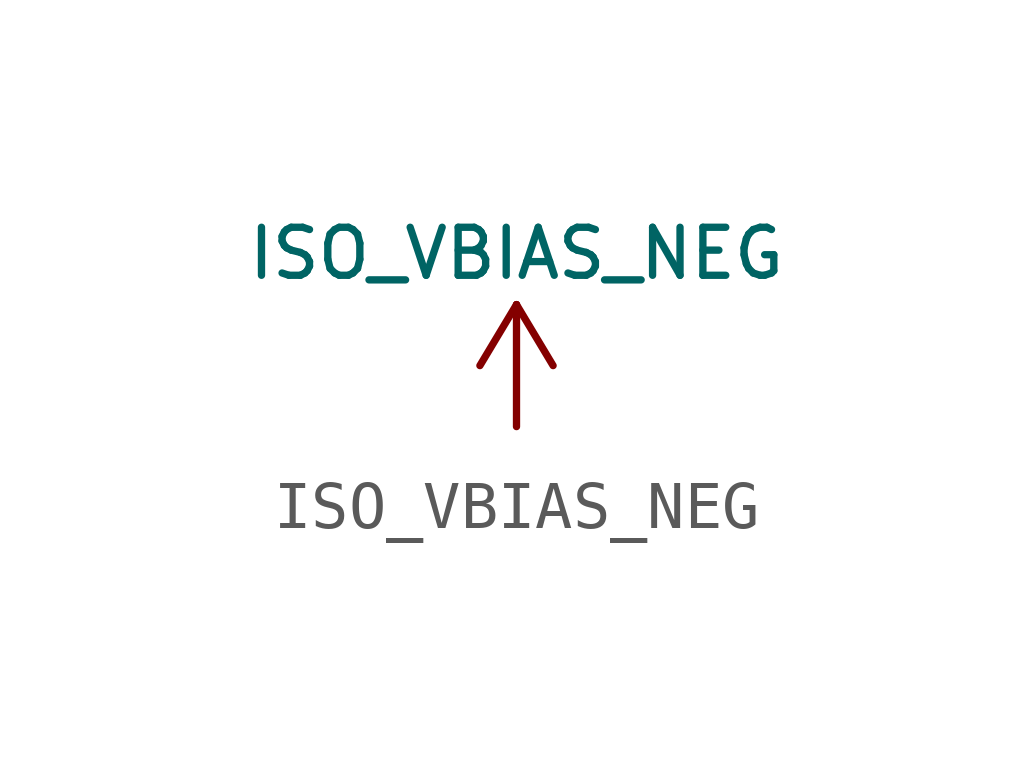
<source format=kicad_sym>
(kicad_symbol_lib
  (version 20241209)
  (generator "kicad_symbol_editor")
  (generator_version "9.0")
  (symbol "ISO_VBIAS_NEG"
    (power)
    (pin_names
      (offset 0))
    (property "Reference" "#PWR?"
      (at 0 -3.81 0)
      (effects (font (size 1.27 1.27)) (hide yes)))
    (property "Value" "ISO_VBIAS_NEG"
      (at 0 3.605 0)
      (effects (font (size 1 1))))
    (symbol "ISO_VBIAS_NEG_0_1"
      (polyline (pts (xy -0.762 1.27) (xy 0 2.54)) (stroke (width 0) (type default)) (fill (type none)))
      (polyline (pts (xy 0 2.54) (xy 0.762 1.27)) (stroke (width 0) (type default)) (fill (type none)))
      (polyline (pts (xy 0 0) (xy 0 2.54)) (stroke (width 0) (type default)) (fill (type none))))
    (symbol "ISO_VBIAS_NEG_1_1"
      (pin power_in line (at 0 0 90) (length 0) (hide yes) (name "ISO_VBIAS_NEG" (effects (font (size 1.27 1.27)))) (number "1" (effects (font (size 1.27 1.27))))))))
</source>
